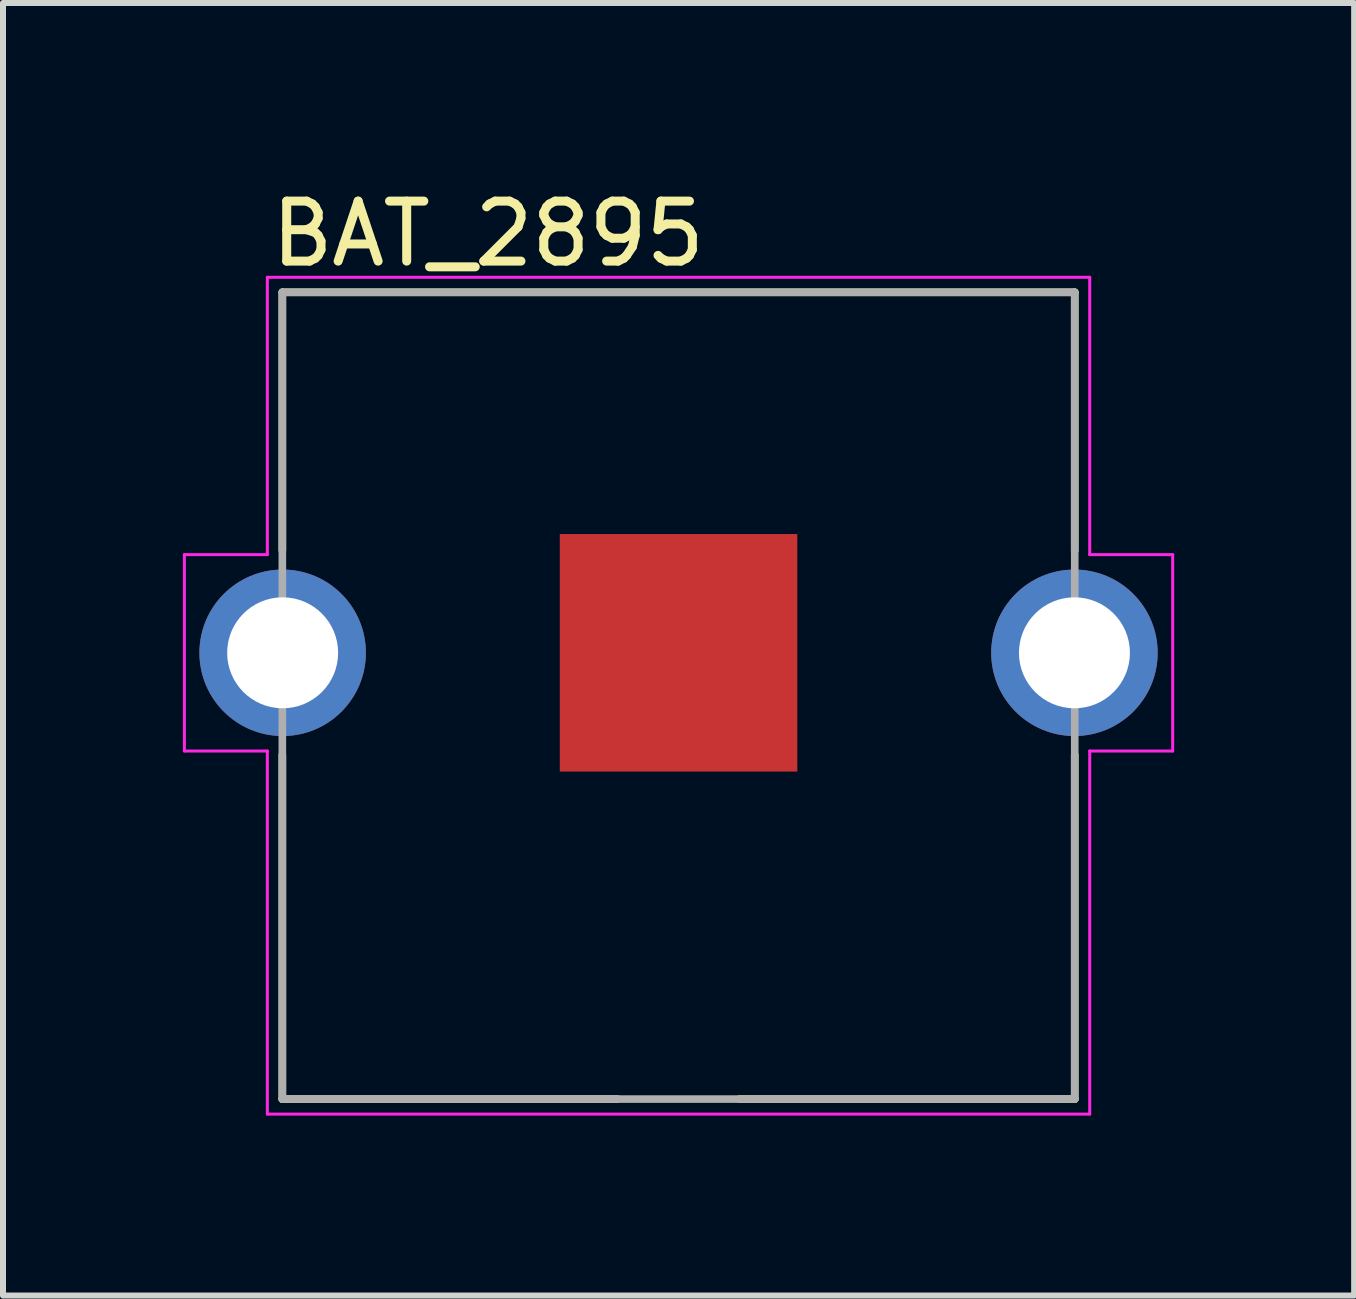
<source format=kicad_pcb>
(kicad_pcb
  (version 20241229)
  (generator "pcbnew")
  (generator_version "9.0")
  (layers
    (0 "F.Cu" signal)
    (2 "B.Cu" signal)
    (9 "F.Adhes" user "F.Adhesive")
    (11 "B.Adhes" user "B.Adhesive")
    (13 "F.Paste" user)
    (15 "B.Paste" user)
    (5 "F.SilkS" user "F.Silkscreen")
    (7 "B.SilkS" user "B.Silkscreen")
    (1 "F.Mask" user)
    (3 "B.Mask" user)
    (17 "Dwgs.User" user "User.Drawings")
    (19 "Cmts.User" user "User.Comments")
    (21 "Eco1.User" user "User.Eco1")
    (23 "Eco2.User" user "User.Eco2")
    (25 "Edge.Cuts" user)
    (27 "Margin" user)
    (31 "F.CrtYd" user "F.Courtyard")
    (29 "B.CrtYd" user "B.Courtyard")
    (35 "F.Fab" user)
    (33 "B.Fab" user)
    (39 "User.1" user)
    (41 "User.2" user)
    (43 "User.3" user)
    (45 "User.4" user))
  (footprint "BAT_2895"
    (layer "F.Cu")
    (at 8.262 7.833)
    (property "Reference" "BAT_2895" (at -3.175 -6.985 0) (layer "F.SilkS") (effects (font (size 1 1) (thickness 0.15))))
    (attr through_hole)
    (fp_line (start -6.605 -6.01) (end 6.605 -6.01) (stroke (width 0.127) (type solid)) (layer "F.SilkS"))
    (fp_line (start -6.605 -1.707) (end -6.605 -6.01) (stroke (width 0.127) (type solid)) (layer "F.SilkS"))
    (fp_line (start -6.605 7.44) (end -6.605 1.701) (stroke (width 0.127) (type solid)) (layer "F.SilkS"))
    (fp_line (start -1.015 7.44) (end -6.605 7.44) (stroke (width 0.127) (type solid)) (layer "F.SilkS"))
    (fp_line (start 6.605 -6.01) (end 6.605 -1.701) (stroke (width 0.127) (type solid)) (layer "F.SilkS"))
    (fp_line (start 6.605 7.44) (end 1.015 7.44) (stroke (width 0.127) (type solid)) (layer "F.SilkS"))
    (fp_line (start 6.605 7.44) (end 6.605 1.701) (stroke (width 0.127) (type solid)) (layer "F.SilkS"))
    (fp_line (start -8.238 -1.637) (end -8.238 1.637) (stroke (width 0.05) (type solid)) (layer "F.CrtYd"))
    (fp_line (start -8.238 -1.637) (end -6.855 -1.637) (stroke (width 0.05) (type solid)) (layer "F.CrtYd"))
    (fp_line (start -8.238 1.637) (end -6.855 1.637) (stroke (width 0.05) (type solid)) (layer "F.CrtYd"))
    (fp_line (start -6.855 -1.637) (end -6.855 -6.26) (stroke (width 0.05) (type solid)) (layer "F.CrtYd"))
    (fp_line (start -6.855 1.637) (end -6.855 7.69) (stroke (width 0.05) (type solid)) (layer "F.CrtYd"))
    (fp_line (start -6.855 7.69) (end 6.855 7.69) (stroke (width 0.05) (type solid)) (layer "F.CrtYd"))
    (fp_line (start 6.855 -6.26) (end -6.855 -6.26) (stroke (width 0.05) (type solid)) (layer "F.CrtYd"))
    (fp_line (start 6.855 -6.26) (end 6.855 -1.637) (stroke (width 0.05) (type solid)) (layer "F.CrtYd"))
    (fp_line (start 6.855 -1.637) (end 8.238 -1.637) (stroke (width 0.05) (type solid)) (layer "F.CrtYd"))
    (fp_line (start 6.855 1.637) (end 6.855 7.69) (stroke (width 0.05) (type solid)) (layer "F.CrtYd"))
    (fp_line (start 8.238 1.637) (end 6.855 1.637) (stroke (width 0.05) (type solid)) (layer "F.CrtYd"))
    (fp_line (start 8.238 1.637) (end 8.238 -1.637) (stroke (width 0.05) (type solid)) (layer "F.CrtYd"))
    (fp_line (start -6.605 -6.01) (end 6.605 -6.01) (stroke (width 0.127) (type solid)) (layer "F.Fab"))
    (fp_line (start -6.605 7.44) (end -6.605 -6.01) (stroke (width 0.127) (type solid)) (layer "F.Fab"))
    (fp_line (start 6.605 -6.01) (end 6.605 7.44) (stroke (width 0.127) (type solid)) (layer "F.Fab"))
    (fp_line (start 6.605 7.44) (end -6.605 7.44) (stroke (width 0.127) (type solid)) (layer "F.Fab"))
    (pad "N" smd rect (at 0 0) (size 3.96 3.96) (layers "F.Cu" "F.Mask"))
    (pad "P1" thru_hole circle (at -6.6 0) (size 2.775 2.775) (drill 1.85) (layers "*.Cu" "*.Mask"))
    (pad "P2" thru_hole circle (at 6.6 0) (size 2.775 2.775) (drill 1.85) (layers "*.Cu" "*.Mask")))
  (gr_rect
    (start -3 -3)
    (end 19.525 18.548)
    (stroke (width 0.1) (type default))
    (fill no)
    (layer "Edge.Cuts")))
</source>
